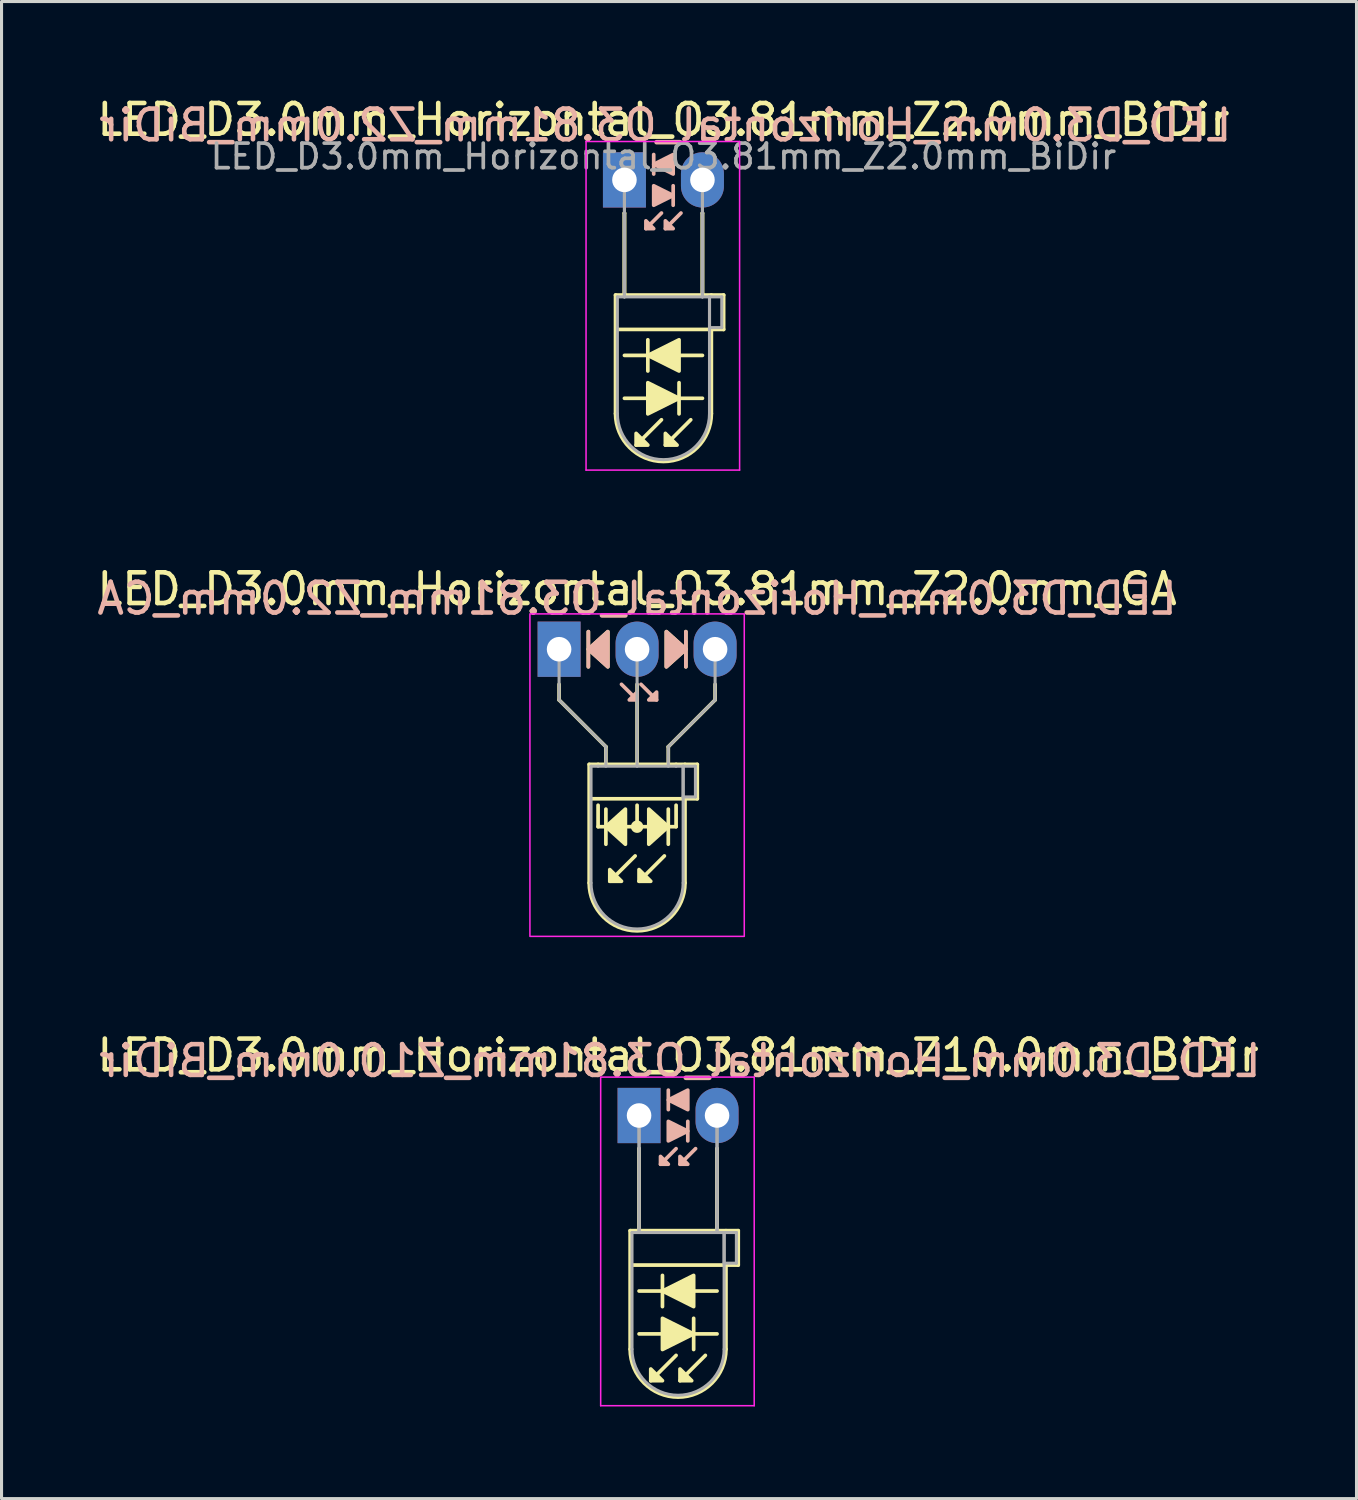
<source format=kicad_pcb>
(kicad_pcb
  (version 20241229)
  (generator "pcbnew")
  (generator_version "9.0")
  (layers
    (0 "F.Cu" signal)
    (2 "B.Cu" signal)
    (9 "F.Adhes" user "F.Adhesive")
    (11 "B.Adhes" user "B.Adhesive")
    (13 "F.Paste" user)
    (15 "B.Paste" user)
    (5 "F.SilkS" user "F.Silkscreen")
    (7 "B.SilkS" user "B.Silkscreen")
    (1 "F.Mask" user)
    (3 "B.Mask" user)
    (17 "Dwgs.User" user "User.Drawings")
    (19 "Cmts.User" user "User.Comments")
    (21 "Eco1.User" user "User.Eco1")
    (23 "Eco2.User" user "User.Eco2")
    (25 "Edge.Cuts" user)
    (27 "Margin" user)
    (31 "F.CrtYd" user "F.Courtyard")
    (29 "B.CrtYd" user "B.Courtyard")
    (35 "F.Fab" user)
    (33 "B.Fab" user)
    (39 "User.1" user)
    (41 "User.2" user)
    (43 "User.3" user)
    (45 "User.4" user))
  (footprint "LED_D3.0mm_Horizontal_O3.81mm_Z2.0mm_BiDir"
    (layer "F.Cu")
    (at 17.284 2.808)
    (property "Reference" "LED_D3.0mm_Horizontal_O3.81mm_Z2.0mm_BiDir" (at 1.27 -1.96 0) (layer "F.SilkS") (effects (font (size 1 1) (thickness 0.15))))
    (fp_line (start -0.29 3.75) (end -0.29 7.61) (stroke (width 0.12) (type solid)) (layer "F.SilkS"))
    (fp_line (start -0.29 3.75) (end 2.83 3.75) (stroke (width 0.12) (type solid)) (layer "F.SilkS"))
    (fp_line (start 0 1.08) (end 0 1.08) (stroke (width 0.12) (type solid)) (layer "F.SilkS"))
    (fp_line (start 0 1.08) (end 0 3.75) (stroke (width 0.12) (type solid)) (layer "F.SilkS"))
    (fp_line (start 0 3.75) (end 0 1.08) (stroke (width 0.12) (type solid)) (layer "F.SilkS"))
    (fp_line (start 0 3.75) (end 0 3.75) (stroke (width 0.12) (type solid)) (layer "F.SilkS"))
    (fp_line (start 0 7.112) (end 2.54 7.112) (stroke (width 0.12) (type solid)) (layer "F.SilkS"))
    (fp_line (start 0.762 5.207) (end 0.762 6.223) (stroke (width 0.12) (type solid)) (layer "F.SilkS"))
    (fp_line (start 1.206 7.811) (end 0.381 8.636) (stroke (width 0.12) (type solid)) (layer "F.SilkS"))
    (fp_line (start 1.778 7.62) (end 1.778 6.604) (stroke (width 0.12) (type solid)) (layer "F.SilkS"))
    (fp_line (start 2.159 7.811) (end 1.333 8.636) (stroke (width 0.12) (type solid)) (layer "F.SilkS"))
    (fp_line (start 2.54 1.08) (end 2.54 1.08) (stroke (width 0.12) (type solid)) (layer "F.SilkS"))
    (fp_line (start 2.54 1.08) (end 2.54 3.75) (stroke (width 0.12) (type solid)) (layer "F.SilkS"))
    (fp_line (start 2.54 3.75) (end 2.54 1.08) (stroke (width 0.12) (type solid)) (layer "F.SilkS"))
    (fp_line (start 2.54 3.75) (end 2.54 3.75) (stroke (width 0.12) (type solid)) (layer "F.SilkS"))
    (fp_line (start 2.54 5.715) (end 0 5.715) (stroke (width 0.12) (type solid)) (layer "F.SilkS"))
    (fp_line (start 2.83 3.75) (end 3.23 3.75) (stroke (width 0.12) (type solid)) (layer "F.SilkS"))
    (fp_line (start 2.83 4.87) (end 2.83 7.61) (stroke (width 0.12) (type solid)) (layer "F.SilkS"))
    (fp_line (start 3.23 3.75) (end 3.23 4.87) (stroke (width 0.12) (type solid)) (layer "F.SilkS"))
    (fp_line (start 3.23 4.87) (end -0.254 4.87) (stroke (width 0.12) (type solid)) (layer "F.SilkS"))
    (fp_arc (start 2.83 7.61) (mid 1.27 9.17) (end -0.29 7.61) (stroke (width 0.12) (type solid)) (layer "F.SilkS"))
    (fp_poly (pts (xy 0.381 8.255) (xy 0.762 8.636) (xy 0.381 8.636)) (stroke (width 0.12) (type solid)) (fill yes) (layer "F.SilkS"))
    (fp_poly (pts (xy 0.762 6.604) (xy 1.778 7.112) (xy 0.762 7.62)) (stroke (width 0.12) (type solid)) (fill yes) (layer "F.SilkS"))
    (fp_poly (pts (xy 1.333 8.255) (xy 1.714 8.636) (xy 1.333 8.636)) (stroke (width 0.12) (type solid)) (fill yes) (layer "F.SilkS"))
    (fp_poly (pts (xy 1.778 6.223) (xy 0.762 5.715) (xy 1.778 5.207)) (stroke (width 0.12) (type solid)) (fill yes) (layer "F.SilkS"))
    (fp_line (start 0.953 -0.826) (end 0.953 -0.191) (stroke (width 0.12) (type solid)) (layer "B.SilkS"))
    (fp_line (start 1.206 1.079) (end 0.699 1.587) (stroke (width 0.12) (type solid)) (layer "B.SilkS"))
    (fp_line (start 1.587 0.826) (end 1.587 0.191) (stroke (width 0.12) (type solid)) (layer "B.SilkS"))
    (fp_line (start 1.841 1.079) (end 1.333 1.587) (stroke (width 0.12) (type solid)) (layer "B.SilkS"))
    (fp_poly (pts (xy 0.699 1.333) (xy 0.953 1.587) (xy 0.699 1.587)) (stroke (width 0.12) (type solid)) (fill yes) (layer "B.SilkS"))
    (fp_poly (pts (xy 0.953 0.191) (xy 1.587 0.508) (xy 0.953 0.826)) (stroke (width 0.12) (type solid)) (fill yes) (layer "B.SilkS"))
    (fp_poly (pts (xy 1.333 1.333) (xy 1.587 1.587) (xy 1.333 1.587)) (stroke (width 0.12) (type solid)) (fill yes) (layer "B.SilkS"))
    (fp_poly (pts (xy 1.587 -0.191) (xy 0.953 -0.508) (xy 1.587 -0.826)) (stroke (width 0.12) (type solid)) (fill yes) (layer "B.SilkS"))
    (fp_line (start -1.25 -1.25) (end -1.25 9.45) (stroke (width 0.05) (type solid)) (layer "F.CrtYd"))
    (fp_line (start -1.25 9.45) (end 3.75 9.45) (stroke (width 0.05) (type solid)) (layer "F.CrtYd"))
    (fp_line (start 3.75 -1.25) (end -1.25 -1.25) (stroke (width 0.05) (type solid)) (layer "F.CrtYd"))
    (fp_line (start 3.75 9.45) (end 3.75 -1.25) (stroke (width 0.05) (type solid)) (layer "F.CrtYd"))
    (fp_line (start -0.23 3.81) (end -0.23 7.61) (stroke (width 0.1) (type solid)) (layer "F.Fab"))
    (fp_line (start -0.23 3.81) (end 2.77 3.81) (stroke (width 0.1) (type solid)) (layer "F.Fab"))
    (fp_line (start 0 0) (end 0 0) (stroke (width 0.1) (type solid)) (layer "F.Fab"))
    (fp_line (start 0 0) (end 0 3.81) (stroke (width 0.1) (type solid)) (layer "F.Fab"))
    (fp_line (start 0 3.81) (end 0 0) (stroke (width 0.1) (type solid)) (layer "F.Fab"))
    (fp_line (start 0 3.81) (end 0 3.81) (stroke (width 0.1) (type solid)) (layer "F.Fab"))
    (fp_line (start 2.54 0) (end 2.54 0) (stroke (width 0.1) (type solid)) (layer "F.Fab"))
    (fp_line (start 2.54 0) (end 2.54 3.81) (stroke (width 0.1) (type solid)) (layer "F.Fab"))
    (fp_line (start 2.54 3.81) (end 2.54 0) (stroke (width 0.1) (type solid)) (layer "F.Fab"))
    (fp_line (start 2.54 3.81) (end 2.54 3.81) (stroke (width 0.1) (type solid)) (layer "F.Fab"))
    (fp_line (start 2.77 3.81) (end 2.77 7.61) (stroke (width 0.1) (type solid)) (layer "F.Fab"))
    (fp_line (start 2.77 3.81) (end 3.17 3.81) (stroke (width 0.1) (type solid)) (layer "F.Fab"))
    (fp_line (start 2.77 4.81) (end 2.77 3.81) (stroke (width 0.1) (type solid)) (layer "F.Fab"))
    (fp_line (start 3.17 3.81) (end 3.17 4.81) (stroke (width 0.1) (type solid)) (layer "F.Fab"))
    (fp_line (start 3.17 4.81) (end 2.77 4.81) (stroke (width 0.1) (type solid)) (layer "F.Fab"))
    (fp_arc (start 2.77 7.61) (mid 1.27 9.11) (end -0.23 7.61) (stroke (width 0.1) (type solid)) (layer "F.Fab"))
    (fp_text user "${REFERENCE}" (at 1.333 -1.778 0) (layer "B.SilkS") (effects (font (size 1 1) (thickness 0.15)) (justify mirror)))
    (fp_text user "${REFERENCE}" (at 1.27 -0.762 0) (layer "F.Fab") (effects (font (size 0.8 0.8) (thickness 0.12))))
    (pad "1" thru_hole rect (at 0 0) (size 1.4 1.8) (drill 0.8) (layers "*.Cu" "*.Mask"))
    (pad "2" thru_hole oval (at 2.54 0) (size 1.4 1.8) (drill 0.8) (layers "*.Cu" "*.Mask")))
  (footprint "LED_D3.0mm_Horizontal_O3.81mm_Z2.0mm_CA"
    (layer "F.Cu")
    (at 15.156 18.091)
    (property "Reference" "LED_D3.0mm_Horizontal_O3.81mm_Z2.0mm_CA" (at 2.54 -1.96 0) (layer "F.SilkS") (effects (font (size 1 1) (thickness 0.15))))
    (fp_line (start 0 1.143) (end 0 1.651) (stroke (width 0.12) (type default)) (layer "F.SilkS"))
    (fp_line (start 0 1.651) (end 1.524 3.175) (stroke (width 0.12) (type default)) (layer "F.SilkS"))
    (fp_line (start 0.953 -0.572) (end 0.953 0.572) (stroke (width 0.12) (type solid)) (layer "F.SilkS"))
    (fp_line (start 0.98 3.75) (end 0.98 7.61) (stroke (width 0.12) (type solid)) (layer "F.SilkS"))
    (fp_line (start 0.98 3.75) (end 4.1 3.75) (stroke (width 0.12) (type solid)) (layer "F.SilkS"))
    (fp_line (start 1.27 3.75) (end 1.27 3.75) (stroke (width 0.12) (type solid)) (layer "F.SilkS"))
    (fp_line (start 1.27 5.779) (end 1.27 5.08) (stroke (width 0.12) (type default)) (layer "F.SilkS"))
    (fp_line (start 1.524 3.175) (end 1.524 3.683) (stroke (width 0.12) (type default)) (layer "F.SilkS"))
    (fp_line (start 1.524 5.207) (end 1.524 6.35) (stroke (width 0.12) (type solid)) (layer "F.SilkS"))
    (fp_line (start 2.477 6.731) (end 1.651 7.556) (stroke (width 0.12) (type solid)) (layer "F.SilkS"))
    (fp_line (start 2.54 3.75) (end 2.54 1.143) (stroke (width 0.12) (type default)) (layer "F.SilkS"))
    (fp_line (start 2.54 5.779) (end 2.54 5.08) (stroke (width 0.12) (type default)) (layer "F.SilkS"))
    (fp_line (start 3.429 6.731) (end 2.603 7.556) (stroke (width 0.12) (type solid)) (layer "F.SilkS"))
    (fp_line (start 3.556 3.175) (end 3.556 3.683) (stroke (width 0.12) (type default)) (layer "F.SilkS"))
    (fp_line (start 3.556 6.35) (end 3.556 5.207) (stroke (width 0.12) (type solid)) (layer "F.SilkS"))
    (fp_line (start 3.81 3.75) (end 3.81 3.75) (stroke (width 0.12) (type solid)) (layer "F.SilkS"))
    (fp_line (start 3.81 5.779) (end 1.27 5.779) (stroke (width 0.12) (type default)) (layer "F.SilkS"))
    (fp_line (start 3.81 5.779) (end 3.81 5.08) (stroke (width 0.12) (type default)) (layer "F.SilkS"))
    (fp_line (start 4.1 3.75) (end 4.5 3.75) (stroke (width 0.12) (type solid)) (layer "F.SilkS"))
    (fp_line (start 4.1 4.87) (end 4.1 7.61) (stroke (width 0.12) (type solid)) (layer "F.SilkS"))
    (fp_line (start 4.128 0.572) (end 4.128 -0.572) (stroke (width 0.12) (type solid)) (layer "F.SilkS"))
    (fp_line (start 4.5 3.75) (end 4.5 4.87) (stroke (width 0.12) (type solid)) (layer "F.SilkS"))
    (fp_line (start 4.5 4.87) (end 1.016 4.87) (stroke (width 0.12) (type solid)) (layer "F.SilkS"))
    (fp_line (start 5.08 1.143) (end 5.08 1.651) (stroke (width 0.12) (type default)) (layer "F.SilkS"))
    (fp_line (start 5.08 1.651) (end 3.556 3.175) (stroke (width 0.12) (type default)) (layer "F.SilkS"))
    (fp_arc (start 4.1 7.61) (mid 2.54 9.17) (end 0.98 7.61) (stroke (width 0.12) (type solid)) (layer "F.SilkS"))
    (fp_circle (center 2.54 5.779) (end 2.682 5.779) (stroke (width 0.12) (type solid)) (fill yes) (layer "F.SilkS"))
    (fp_poly (pts (xy 1.587 0.572) (xy 0.953 0) (xy 1.587 -0.572)) (stroke (width 0.12) (type solid)) (fill yes) (layer "F.SilkS"))
    (fp_poly (pts (xy 1.651 7.176) (xy 2.032 7.556) (xy 1.651 7.556)) (stroke (width 0.12) (type solid)) (fill yes) (layer "F.SilkS"))
    (fp_poly (pts (xy 2.159 6.35) (xy 1.524 5.779) (xy 2.159 5.207)) (stroke (width 0.12) (type solid)) (fill yes) (layer "F.SilkS"))
    (fp_poly (pts (xy 2.603 7.176) (xy 2.985 7.556) (xy 2.603 7.556)) (stroke (width 0.12) (type solid)) (fill yes) (layer "F.SilkS"))
    (fp_poly (pts (xy 2.921 5.207) (xy 3.556 5.779) (xy 2.921 6.35)) (stroke (width 0.12) (type solid)) (fill yes) (layer "F.SilkS"))
    (fp_poly (pts (xy 3.493 -0.572) (xy 4.128 0) (xy 3.493 0.572)) (stroke (width 0.12) (type solid)) (fill yes) (layer "F.SilkS"))
    (fp_line (start 0.953 -0.572) (end 0.953 0.572) (stroke (width 0.12) (type solid)) (layer "B.SilkS"))
    (fp_line (start 2.54 1.651) (end 2.032 1.143) (stroke (width 0.12) (type solid)) (layer "B.SilkS"))
    (fp_line (start 3.175 1.651) (end 2.667 1.143) (stroke (width 0.12) (type solid)) (layer "B.SilkS"))
    (fp_line (start 4.128 0.572) (end 4.128 -0.572) (stroke (width 0.12) (type solid)) (layer "B.SilkS"))
    (fp_poly (pts (xy 1.587 0.572) (xy 0.953 0) (xy 1.587 -0.572)) (stroke (width 0.12) (type solid)) (fill yes) (layer "B.SilkS"))
    (fp_poly (pts (xy 2.54 1.397) (xy 2.286 1.651) (xy 2.54 1.651)) (stroke (width 0.12) (type solid)) (fill yes) (layer "B.SilkS"))
    (fp_poly (pts (xy 3.175 1.397) (xy 2.921 1.651) (xy 3.175 1.651)) (stroke (width 0.12) (type solid)) (fill yes) (layer "B.SilkS"))
    (fp_poly (pts (xy 3.493 0.572) (xy 4.128 0) (xy 3.493 -0.572)) (stroke (width 0.12) (type solid)) (fill yes) (layer "B.SilkS"))
    (fp_rect (start -0.95 -1.15) (end 6.03 9.35) (stroke (width 0.05) (type default)) (fill no) (layer "F.CrtYd"))
    (fp_line (start 0 0) (end 0 0) (stroke (width 0.1) (type solid)) (layer "F.Fab"))
    (fp_line (start 0 1.651) (end 0 0) (stroke (width 0.1) (type default)) (layer "F.Fab"))
    (fp_line (start 1.04 3.81) (end 1.04 7.61) (stroke (width 0.1) (type solid)) (layer "F.Fab"))
    (fp_line (start 1.04 3.81) (end 4.04 3.81) (stroke (width 0.1) (type solid)) (layer "F.Fab"))
    (fp_line (start 1.27 3.81) (end 1.27 3.81) (stroke (width 0.1) (type solid)) (layer "F.Fab"))
    (fp_line (start 1.524 3.175) (end 0 1.651) (stroke (width 0.1) (type default)) (layer "F.Fab"))
    (fp_line (start 1.524 3.81) (end 1.524 3.175) (stroke (width 0.1) (type default)) (layer "F.Fab"))
    (fp_line (start 2.54 0) (end 2.54 0) (stroke (width 0.1) (type solid)) (layer "F.Fab"))
    (fp_line (start 2.54 0) (end 2.54 3.81) (stroke (width 0.1) (type default)) (layer "F.Fab"))
    (fp_line (start 3.556 3.175) (end 5.08 1.651) (stroke (width 0.1) (type default)) (layer "F.Fab"))
    (fp_line (start 3.556 3.81) (end 3.556 3.175) (stroke (width 0.1) (type default)) (layer "F.Fab"))
    (fp_line (start 3.81 3.81) (end 3.81 3.81) (stroke (width 0.1) (type solid)) (layer "F.Fab"))
    (fp_line (start 4.04 3.81) (end 4.04 7.61) (stroke (width 0.1) (type solid)) (layer "F.Fab"))
    (fp_line (start 4.04 3.81) (end 4.44 3.81) (stroke (width 0.1) (type solid)) (layer "F.Fab"))
    (fp_line (start 4.04 4.81) (end 4.04 3.81) (stroke (width 0.1) (type solid)) (layer "F.Fab"))
    (fp_line (start 4.44 3.81) (end 4.44 4.81) (stroke (width 0.1) (type solid)) (layer "F.Fab"))
    (fp_line (start 4.44 4.81) (end 4.04 4.81) (stroke (width 0.1) (type solid)) (layer "F.Fab"))
    (fp_line (start 5.08 1.651) (end 5.08 0) (stroke (width 0.1) (type default)) (layer "F.Fab"))
    (fp_arc (start 4.04 7.61) (mid 2.54 9.11) (end 1.04 7.61) (stroke (width 0.1) (type solid)) (layer "F.Fab"))
    (fp_text user "${REFERENCE}" (at 2.54 -1.651 0) (layer "B.SilkS") (effects (font (size 1 1) (thickness 0.15)) (justify mirror)))
    (pad "1" thru_hole rect (at 0 0) (size 1.4 1.8) (drill 0.8) (layers "*.Cu" "*.Mask"))
    (pad "2" thru_hole oval (at 2.54 0) (size 1.4 1.8) (drill 0.8) (layers "*.Cu" "*.Mask"))
    (pad "3" thru_hole oval (at 5.08 0) (size 1.4 1.8) (drill 0.8) (layers "*.Cu" "*.Mask")))
  (footprint "LED_D3.0mm_Horizontal_O3.81mm_Z10.0mm_BiDir"
    (layer "F.Cu")
    (at 17.76 33.275)
    (property "Reference" "LED_D3.0mm_Horizontal_O3.81mm_Z10.0mm_BiDir" (at 1.27 -1.96 0) (layer "F.SilkS") (effects (font (size 1 1) (thickness 0.15))))
    (fp_line (start -0.29 3.75) (end -0.29 7.61) (stroke (width 0.12) (type solid)) (layer "F.SilkS"))
    (fp_line (start -0.29 3.75) (end 2.83 3.75) (stroke (width 0.12) (type solid)) (layer "F.SilkS"))
    (fp_line (start 0 1.08) (end 0 1.08) (stroke (width 0.12) (type solid)) (layer "F.SilkS"))
    (fp_line (start 0 1.08) (end 0 3.75) (stroke (width 0.12) (type solid)) (layer "F.SilkS"))
    (fp_line (start 0 3.75) (end 0 1.08) (stroke (width 0.12) (type solid)) (layer "F.SilkS"))
    (fp_line (start 0 3.75) (end 0 3.75) (stroke (width 0.12) (type solid)) (layer "F.SilkS"))
    (fp_line (start 0 7.112) (end 2.54 7.112) (stroke (width 0.12) (type solid)) (layer "F.SilkS"))
    (fp_line (start 0.762 5.207) (end 0.762 6.223) (stroke (width 0.12) (type solid)) (layer "F.SilkS"))
    (fp_line (start 1.206 7.811) (end 0.381 8.636) (stroke (width 0.12) (type solid)) (layer "F.SilkS"))
    (fp_line (start 1.778 7.62) (end 1.778 6.604) (stroke (width 0.12) (type solid)) (layer "F.SilkS"))
    (fp_line (start 2.159 7.811) (end 1.333 8.636) (stroke (width 0.12) (type solid)) (layer "F.SilkS"))
    (fp_line (start 2.54 1.08) (end 2.54 1.08) (stroke (width 0.12) (type solid)) (layer "F.SilkS"))
    (fp_line (start 2.54 1.08) (end 2.54 3.75) (stroke (width 0.12) (type solid)) (layer "F.SilkS"))
    (fp_line (start 2.54 3.75) (end 2.54 1.08) (stroke (width 0.12) (type solid)) (layer "F.SilkS"))
    (fp_line (start 2.54 3.75) (end 2.54 3.75) (stroke (width 0.12) (type solid)) (layer "F.SilkS"))
    (fp_line (start 2.54 5.715) (end 0 5.715) (stroke (width 0.12) (type solid)) (layer "F.SilkS"))
    (fp_line (start 2.83 3.75) (end 3.23 3.75) (stroke (width 0.12) (type solid)) (layer "F.SilkS"))
    (fp_line (start 2.83 4.87) (end 2.83 7.61) (stroke (width 0.12) (type solid)) (layer "F.SilkS"))
    (fp_line (start 3.23 3.75) (end 3.23 4.87) (stroke (width 0.12) (type solid)) (layer "F.SilkS"))
    (fp_line (start 3.23 4.87) (end -0.254 4.87) (stroke (width 0.12) (type solid)) (layer "F.SilkS"))
    (fp_arc (start 2.83 7.61) (mid 1.27 9.17) (end -0.29 7.61) (stroke (width 0.12) (type solid)) (layer "F.SilkS"))
    (fp_poly (pts (xy 0.381 8.255) (xy 0.762 8.636) (xy 0.381 8.636)) (stroke (width 0.12) (type solid)) (fill yes) (layer "F.SilkS"))
    (fp_poly (pts (xy 0.762 6.604) (xy 1.778 7.112) (xy 0.762 7.62)) (stroke (width 0.12) (type solid)) (fill yes) (layer "F.SilkS"))
    (fp_poly (pts (xy 1.333 8.255) (xy 1.714 8.636) (xy 1.333 8.636)) (stroke (width 0.12) (type solid)) (fill yes) (layer "F.SilkS"))
    (fp_poly (pts (xy 1.778 6.223) (xy 0.762 5.715) (xy 1.778 5.207)) (stroke (width 0.12) (type solid)) (fill yes) (layer "F.SilkS"))
    (fp_line (start 0.953 -0.826) (end 0.953 -0.191) (stroke (width 0.12) (type solid)) (layer "B.SilkS"))
    (fp_line (start 1.206 1.079) (end 0.699 1.587) (stroke (width 0.12) (type solid)) (layer "B.SilkS"))
    (fp_line (start 1.587 0.826) (end 1.587 0.191) (stroke (width 0.12) (type solid)) (layer "B.SilkS"))
    (fp_line (start 1.841 1.079) (end 1.333 1.587) (stroke (width 0.12) (type solid)) (layer "B.SilkS"))
    (fp_poly (pts (xy 0.699 1.333) (xy 0.953 1.587) (xy 0.699 1.587)) (stroke (width 0.12) (type solid)) (fill yes) (layer "B.SilkS"))
    (fp_poly (pts (xy 0.953 0.191) (xy 1.587 0.508) (xy 0.953 0.826)) (stroke (width 0.12) (type solid)) (fill yes) (layer "B.SilkS"))
    (fp_poly (pts (xy 1.333 1.333) (xy 1.587 1.587) (xy 1.333 1.587)) (stroke (width 0.12) (type solid)) (fill yes) (layer "B.SilkS"))
    (fp_poly (pts (xy 1.587 -0.191) (xy 0.953 -0.508) (xy 1.587 -0.826)) (stroke (width 0.12) (type solid)) (fill yes) (layer "B.SilkS"))
    (fp_line (start -1.25 -1.25) (end -1.25 9.45) (stroke (width 0.05) (type solid)) (layer "F.CrtYd"))
    (fp_line (start -1.25 9.45) (end 3.75 9.45) (stroke (width 0.05) (type solid)) (layer "F.CrtYd"))
    (fp_line (start 3.75 -1.25) (end -1.25 -1.25) (stroke (width 0.05) (type solid)) (layer "F.CrtYd"))
    (fp_line (start 3.75 9.45) (end 3.75 -1.25) (stroke (width 0.05) (type solid)) (layer "F.CrtYd"))
    (fp_line (start -0.23 3.81) (end -0.23 7.61) (stroke (width 0.1) (type solid)) (layer "F.Fab"))
    (fp_line (start -0.23 3.81) (end 2.77 3.81) (stroke (width 0.1) (type solid)) (layer "F.Fab"))
    (fp_line (start 0 0) (end 0 0) (stroke (width 0.1) (type solid)) (layer "F.Fab"))
    (fp_line (start 0 0) (end 0 3.81) (stroke (width 0.1) (type solid)) (layer "F.Fab"))
    (fp_line (start 0 3.81) (end 0 0) (stroke (width 0.1) (type solid)) (layer "F.Fab"))
    (fp_line (start 0 3.81) (end 0 3.81) (stroke (width 0.1) (type solid)) (layer "F.Fab"))
    (fp_line (start 2.54 0) (end 2.54 0) (stroke (width 0.1) (type solid)) (layer "F.Fab"))
    (fp_line (start 2.54 0) (end 2.54 3.81) (stroke (width 0.1) (type solid)) (layer "F.Fab"))
    (fp_line (start 2.54 3.81) (end 2.54 0) (stroke (width 0.1) (type solid)) (layer "F.Fab"))
    (fp_line (start 2.54 3.81) (end 2.54 3.81) (stroke (width 0.1) (type solid)) (layer "F.Fab"))
    (fp_line (start 2.77 3.81) (end 2.77 7.61) (stroke (width 0.1) (type solid)) (layer "F.Fab"))
    (fp_line (start 2.77 3.81) (end 3.17 3.81) (stroke (width 0.1) (type solid)) (layer "F.Fab"))
    (fp_line (start 2.77 4.81) (end 2.77 3.81) (stroke (width 0.1) (type solid)) (layer "F.Fab"))
    (fp_line (start 3.17 3.81) (end 3.17 4.81) (stroke (width 0.1) (type solid)) (layer "F.Fab"))
    (fp_line (start 3.17 4.81) (end 2.77 4.81) (stroke (width 0.1) (type solid)) (layer "F.Fab"))
    (fp_arc (start 2.77 7.61) (mid 1.27 9.11) (end -0.23 7.61) (stroke (width 0.1) (type solid)) (layer "F.Fab"))
    (fp_text user "${REFERENCE}" (at 1.333 -1.778 0) (layer "B.SilkS") (effects (font (size 1 1) (thickness 0.15)) (justify mirror)))
    (pad "1" thru_hole rect (at 0 0) (size 1.4 1.8) (drill 0.8) (layers "*.Cu" "*.Mask"))
    (pad "2" thru_hole oval (at 2.54 0) (size 1.4 1.8) (drill 0.8) (layers "*.Cu" "*.Mask")))
  (gr_rect
    (start -3 -3)
    (end 41.123 45.75)
    (stroke (width 0.1) (type default))
    (fill no)
    (layer "Edge.Cuts")))
</source>
